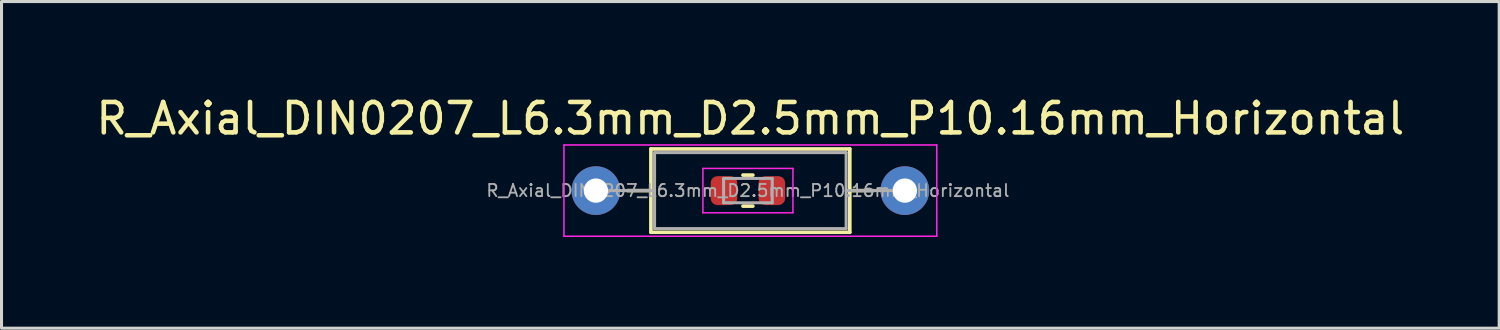
<source format=kicad_pcb>
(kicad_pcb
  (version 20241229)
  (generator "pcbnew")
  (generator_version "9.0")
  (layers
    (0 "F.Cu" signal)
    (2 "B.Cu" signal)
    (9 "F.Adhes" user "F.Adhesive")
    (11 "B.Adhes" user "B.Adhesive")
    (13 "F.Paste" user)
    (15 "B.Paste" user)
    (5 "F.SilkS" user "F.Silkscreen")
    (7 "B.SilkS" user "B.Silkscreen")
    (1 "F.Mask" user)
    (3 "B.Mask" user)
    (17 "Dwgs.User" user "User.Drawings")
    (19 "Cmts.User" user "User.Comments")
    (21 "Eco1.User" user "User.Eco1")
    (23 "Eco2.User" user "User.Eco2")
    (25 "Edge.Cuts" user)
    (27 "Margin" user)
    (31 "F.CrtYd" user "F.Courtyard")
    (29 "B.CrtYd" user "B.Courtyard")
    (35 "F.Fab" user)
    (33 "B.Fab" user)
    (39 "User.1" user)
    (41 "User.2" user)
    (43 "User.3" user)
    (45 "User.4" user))
  (footprint "R_Axial_DIN0207_L6.3mm_D2.5mm_P10.16mm_Horizontal"
    (layer "F.Cu")
    (at 16.545 3.218)
    (property "Reference" "R_Axial_DIN0207_L6.3mm_D2.5mm_P10.16mm_Horizontal" (at 5.08 -2.37 0) (layer "F.SilkS") (effects (font (size 1 1) (thickness 0.15))))
    (attr through_hole)
    (fp_line (start 1.04 0) (end 1.81 0) (stroke (width 0.12) (type solid)) (layer "F.SilkS"))
    (fp_line (start 1.81 -1.37) (end 1.81 1.37) (stroke (width 0.12) (type solid)) (layer "F.SilkS"))
    (fp_line (start 1.81 1.37) (end 8.35 1.37) (stroke (width 0.12) (type solid)) (layer "F.SilkS"))
    (fp_line (start 4.837 -0.51) (end 5.163 -0.51) (stroke (width 0.12) (type solid)) (layer "F.SilkS"))
    (fp_line (start 4.837 0.51) (end 5.163 0.51) (stroke (width 0.12) (type solid)) (layer "F.SilkS"))
    (fp_line (start 8.35 -1.37) (end 1.81 -1.37) (stroke (width 0.12) (type solid)) (layer "F.SilkS"))
    (fp_line (start 8.35 1.37) (end 8.35 -1.37) (stroke (width 0.12) (type solid)) (layer "F.SilkS"))
    (fp_line (start 9.12 0) (end 8.35 0) (stroke (width 0.12) (type solid)) (layer "F.SilkS"))
    (fp_line (start -1.05 -1.5) (end -1.05 1.5) (stroke (width 0.05) (type solid)) (layer "F.CrtYd"))
    (fp_line (start -1.05 1.5) (end 11.21 1.5) (stroke (width 0.05) (type solid)) (layer "F.CrtYd"))
    (fp_line (start 3.52 -0.73) (end 6.48 -0.73) (stroke (width 0.05) (type solid)) (layer "F.CrtYd"))
    (fp_line (start 3.52 0.73) (end 3.52 -0.73) (stroke (width 0.05) (type solid)) (layer "F.CrtYd"))
    (fp_line (start 6.48 -0.73) (end 6.48 0.73) (stroke (width 0.05) (type solid)) (layer "F.CrtYd"))
    (fp_line (start 6.48 0.73) (end 3.52 0.73) (stroke (width 0.05) (type solid)) (layer "F.CrtYd"))
    (fp_line (start 11.21 -1.5) (end -1.05 -1.5) (stroke (width 0.05) (type solid)) (layer "F.CrtYd"))
    (fp_line (start 11.21 1.5) (end 11.21 -1.5) (stroke (width 0.05) (type solid)) (layer "F.CrtYd"))
    (fp_line (start 0 0) (end 1.93 0) (stroke (width 0.1) (type solid)) (layer "F.Fab"))
    (fp_line (start 1.93 -1.25) (end 1.93 1.25) (stroke (width 0.1) (type solid)) (layer "F.Fab"))
    (fp_line (start 1.93 1.25) (end 8.23 1.25) (stroke (width 0.1) (type solid)) (layer "F.Fab"))
    (fp_line (start 4.2 -0.4) (end 5.8 -0.4) (stroke (width 0.1) (type solid)) (layer "F.Fab"))
    (fp_line (start 4.2 0.4) (end 4.2 -0.4) (stroke (width 0.1) (type solid)) (layer "F.Fab"))
    (fp_line (start 5.8 -0.4) (end 5.8 0.4) (stroke (width 0.1) (type solid)) (layer "F.Fab"))
    (fp_line (start 5.8 0.4) (end 4.2 0.4) (stroke (width 0.1) (type solid)) (layer "F.Fab"))
    (fp_line (start 8.23 -1.25) (end 1.93 -1.25) (stroke (width 0.1) (type solid)) (layer "F.Fab"))
    (fp_line (start 8.23 1.25) (end 8.23 -1.25) (stroke (width 0.1) (type solid)) (layer "F.Fab"))
    (fp_line (start 10.16 0) (end 8.23 0) (stroke (width 0.1) (type solid)) (layer "F.Fab"))
    (fp_text user "${REFERENCE}" (at 5 0 0) (layer "F.Fab") (effects (font (size 0.4 0.4) (thickness 0.06))))
    (pad "1" thru_hole circle (at 0 0) (size 1.6 1.6) (drill 0.8) (layers "*.Cu" "*.Mask"))
    (pad "1" smd roundrect (at 4.213 0) (size 0.875 0.95) (layers "F.Cu" "F.Mask" "F.Paste") (roundrect_rratio 0.25))
    (pad "2" smd roundrect (at 5.787 0) (size 0.875 0.95) (layers "F.Cu" "F.Mask" "F.Paste") (roundrect_rratio 0.25))
    (pad "2" thru_hole oval (at 10.16 0) (size 1.6 1.6) (drill 0.8) (layers "*.Cu" "*.Mask")))
  (gr_rect
    (start -3 -3)
    (end 46.25 7.743)
    (stroke (width 0.1) (type default))
    (fill no)
    (layer "Edge.Cuts")))
</source>
